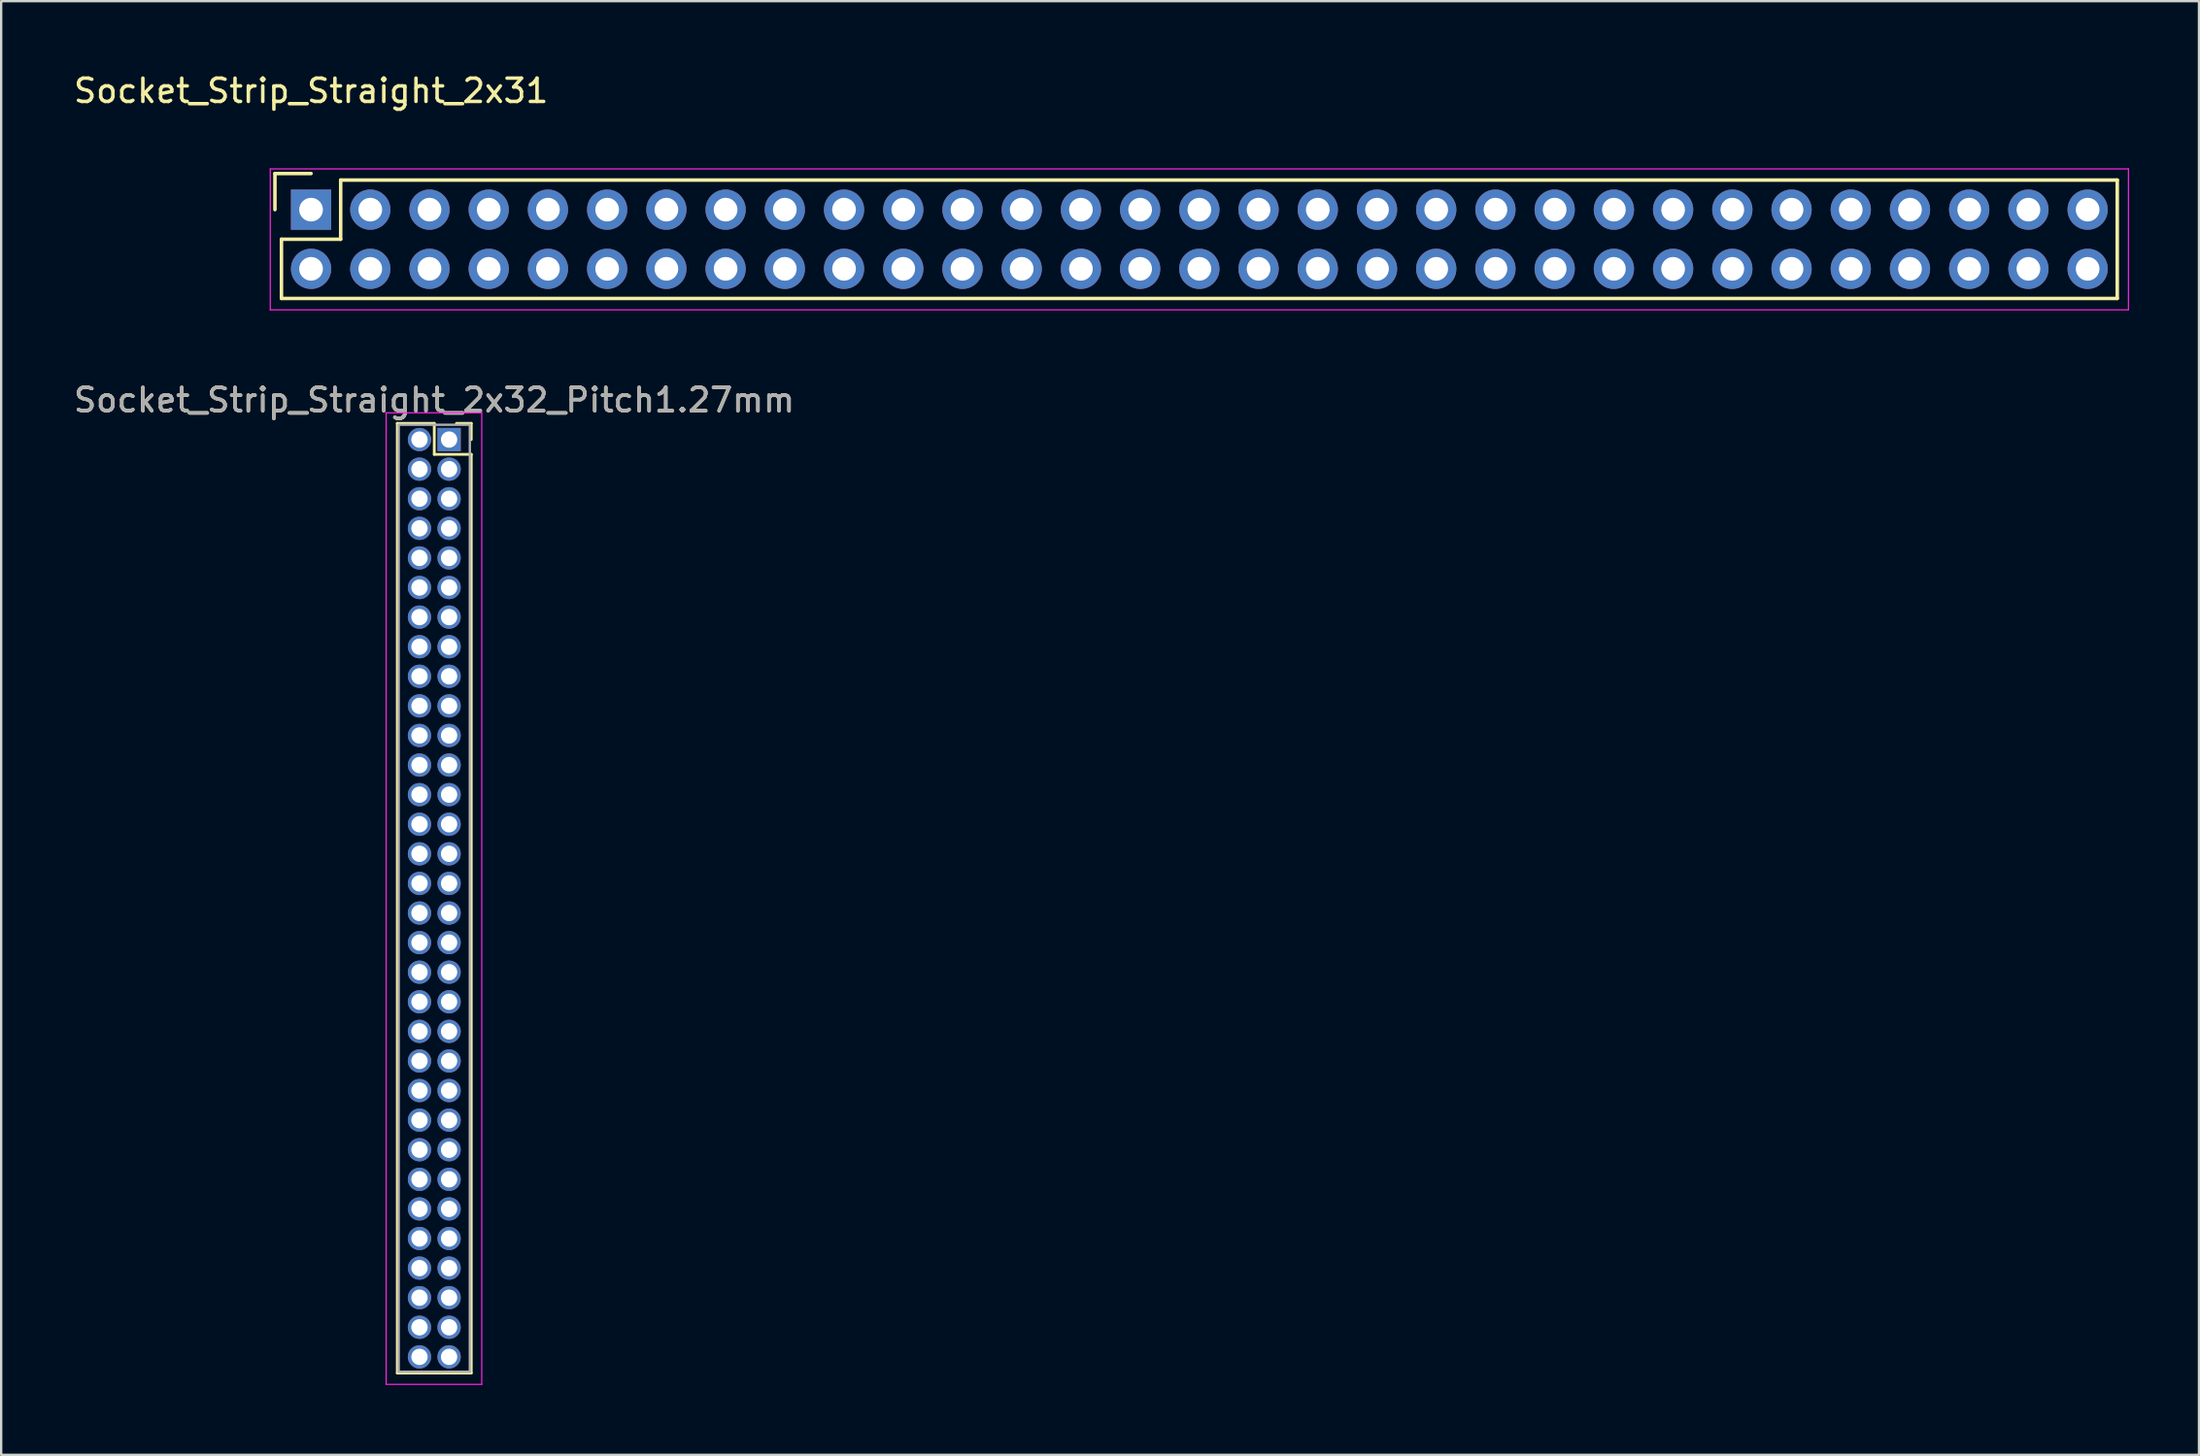
<source format=kicad_pcb>
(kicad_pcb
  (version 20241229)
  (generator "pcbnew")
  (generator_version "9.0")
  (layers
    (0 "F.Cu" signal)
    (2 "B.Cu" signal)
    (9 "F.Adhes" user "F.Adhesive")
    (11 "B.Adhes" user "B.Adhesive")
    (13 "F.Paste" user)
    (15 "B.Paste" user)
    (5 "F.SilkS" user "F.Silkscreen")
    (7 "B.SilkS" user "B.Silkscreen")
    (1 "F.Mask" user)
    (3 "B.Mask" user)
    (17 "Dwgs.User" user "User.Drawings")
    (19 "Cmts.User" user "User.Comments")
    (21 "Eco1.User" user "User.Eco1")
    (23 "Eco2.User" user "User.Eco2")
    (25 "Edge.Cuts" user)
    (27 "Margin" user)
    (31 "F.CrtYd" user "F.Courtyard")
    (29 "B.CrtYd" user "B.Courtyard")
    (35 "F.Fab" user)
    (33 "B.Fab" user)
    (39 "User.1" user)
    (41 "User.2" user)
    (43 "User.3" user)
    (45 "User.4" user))
  (footprint "Socket_Strip_Straight_2x32_Pitch1.27mm"
    (layer "F.Cu")
    (at 16.212 15.816)
    (property "Reference" "Socket_Strip_Straight_2x32_Pitch1.27mm" (at -0.635 -1.695 0) (layer "F.SilkS") (effects (font (size 1 1) (thickness 0.15))))
    (attr through_hole)
    (fp_line (start -2.22 -0.695) (end -0.635 -0.695) (stroke (width 0.12) (type solid)) (layer "F.SilkS"))
    (fp_line (start -2.22 40.065) (end -2.22 -0.695) (stroke (width 0.12) (type solid)) (layer "F.SilkS"))
    (fp_line (start -0.635 -0.695) (end -0.635 0.635) (stroke (width 0.12) (type solid)) (layer "F.SilkS"))
    (fp_line (start -0.635 0.635) (end 0.95 0.635) (stroke (width 0.12) (type solid)) (layer "F.SilkS"))
    (fp_line (start 0.95 -0.695) (end 0.315 -0.695) (stroke (width 0.12) (type solid)) (layer "F.SilkS"))
    (fp_line (start 0.95 0) (end 0.95 -0.695) (stroke (width 0.12) (type solid)) (layer "F.SilkS"))
    (fp_line (start 0.95 0.635) (end 0.95 40.065) (stroke (width 0.12) (type solid)) (layer "F.SilkS"))
    (fp_line (start 0.95 40.065) (end -2.22 40.065) (stroke (width 0.12) (type solid)) (layer "F.SilkS"))
    (fp_line (start -2.7 -1.15) (end -2.7 40.55) (stroke (width 0.05) (type solid)) (layer "F.CrtYd"))
    (fp_line (start -2.7 40.55) (end 1.4 40.55) (stroke (width 0.05) (type solid)) (layer "F.CrtYd"))
    (fp_line (start 1.4 -1.15) (end -2.7 -1.15) (stroke (width 0.05) (type solid)) (layer "F.CrtYd"))
    (fp_line (start 1.4 40.55) (end 1.4 -1.15) (stroke (width 0.05) (type solid)) (layer "F.CrtYd"))
    (fp_line (start -2.16 -0.635) (end -2.16 40.005) (stroke (width 0.1) (type solid)) (layer "F.Fab"))
    (fp_line (start -2.16 40.005) (end 0.89 40.005) (stroke (width 0.1) (type solid)) (layer "F.Fab"))
    (fp_line (start 0.89 -0.635) (end -2.16 -0.635) (stroke (width 0.1) (type solid)) (layer "F.Fab"))
    (fp_line (start 0.89 40.005) (end 0.89 -0.635) (stroke (width 0.1) (type solid)) (layer "F.Fab"))
    (fp_text user "${REFERENCE}" (at -0.635 -1.695 0) (layer "F.Fab") (effects (font (size 1 1) (thickness 0.15))))
    (pad "1" thru_hole rect (at 0 0) (size 1 1) (drill 0.7) (layers "*.Cu" "*.Mask"))
    (pad "2" thru_hole oval (at -1.27 0) (size 1 1) (drill 0.7) (layers "*.Cu" "*.Mask"))
    (pad "3" thru_hole oval (at 0 1.27) (size 1 1) (drill 0.7) (layers "*.Cu" "*.Mask"))
    (pad "4" thru_hole oval (at -1.27 1.27) (size 1 1) (drill 0.7) (layers "*.Cu" "*.Mask"))
    (pad "5" thru_hole oval (at 0 2.54) (size 1 1) (drill 0.7) (layers "*.Cu" "*.Mask"))
    (pad "6" thru_hole oval (at -1.27 2.54) (size 1 1) (drill 0.7) (layers "*.Cu" "*.Mask"))
    (pad "7" thru_hole oval (at 0 3.81) (size 1 1) (drill 0.7) (layers "*.Cu" "*.Mask"))
    (pad "8" thru_hole oval (at -1.27 3.81) (size 1 1) (drill 0.7) (layers "*.Cu" "*.Mask"))
    (pad "9" thru_hole oval (at 0 5.08) (size 1 1) (drill 0.7) (layers "*.Cu" "*.Mask"))
    (pad "10" thru_hole oval (at -1.27 5.08) (size 1 1) (drill 0.7) (layers "*.Cu" "*.Mask"))
    (pad "11" thru_hole oval (at 0 6.35) (size 1 1) (drill 0.7) (layers "*.Cu" "*.Mask"))
    (pad "12" thru_hole oval (at -1.27 6.35) (size 1 1) (drill 0.7) (layers "*.Cu" "*.Mask"))
    (pad "13" thru_hole oval (at 0 7.62) (size 1 1) (drill 0.7) (layers "*.Cu" "*.Mask"))
    (pad "14" thru_hole oval (at -1.27 7.62) (size 1 1) (drill 0.7) (layers "*.Cu" "*.Mask"))
    (pad "15" thru_hole oval (at 0 8.89) (size 1 1) (drill 0.7) (layers "*.Cu" "*.Mask"))
    (pad "16" thru_hole oval (at -1.27 8.89) (size 1 1) (drill 0.7) (layers "*.Cu" "*.Mask"))
    (pad "17" thru_hole oval (at 0 10.16) (size 1 1) (drill 0.7) (layers "*.Cu" "*.Mask"))
    (pad "18" thru_hole oval (at -1.27 10.16) (size 1 1) (drill 0.7) (layers "*.Cu" "*.Mask"))
    (pad "19" thru_hole oval (at 0 11.43) (size 1 1) (drill 0.7) (layers "*.Cu" "*.Mask"))
    (pad "20" thru_hole oval (at -1.27 11.43) (size 1 1) (drill 0.7) (layers "*.Cu" "*.Mask"))
    (pad "21" thru_hole oval (at 0 12.7) (size 1 1) (drill 0.7) (layers "*.Cu" "*.Mask"))
    (pad "22" thru_hole oval (at -1.27 12.7) (size 1 1) (drill 0.7) (layers "*.Cu" "*.Mask"))
    (pad "23" thru_hole oval (at 0 13.97) (size 1 1) (drill 0.7) (layers "*.Cu" "*.Mask"))
    (pad "24" thru_hole oval (at -1.27 13.97) (size 1 1) (drill 0.7) (layers "*.Cu" "*.Mask"))
    (pad "25" thru_hole oval (at 0 15.24) (size 1 1) (drill 0.7) (layers "*.Cu" "*.Mask"))
    (pad "26" thru_hole oval (at -1.27 15.24) (size 1 1) (drill 0.7) (layers "*.Cu" "*.Mask"))
    (pad "27" thru_hole oval (at 0 16.51) (size 1 1) (drill 0.7) (layers "*.Cu" "*.Mask"))
    (pad "28" thru_hole oval (at -1.27 16.51) (size 1 1) (drill 0.7) (layers "*.Cu" "*.Mask"))
    (pad "29" thru_hole oval (at 0 17.78) (size 1 1) (drill 0.7) (layers "*.Cu" "*.Mask"))
    (pad "30" thru_hole oval (at -1.27 17.78) (size 1 1) (drill 0.7) (layers "*.Cu" "*.Mask"))
    (pad "31" thru_hole oval (at 0 19.05) (size 1 1) (drill 0.7) (layers "*.Cu" "*.Mask"))
    (pad "32" thru_hole oval (at -1.27 19.05) (size 1 1) (drill 0.7) (layers "*.Cu" "*.Mask"))
    (pad "33" thru_hole oval (at 0 20.32) (size 1 1) (drill 0.7) (layers "*.Cu" "*.Mask"))
    (pad "34" thru_hole oval (at -1.27 20.32) (size 1 1) (drill 0.7) (layers "*.Cu" "*.Mask"))
    (pad "35" thru_hole oval (at 0 21.59) (size 1 1) (drill 0.7) (layers "*.Cu" "*.Mask"))
    (pad "36" thru_hole oval (at -1.27 21.59) (size 1 1) (drill 0.7) (layers "*.Cu" "*.Mask"))
    (pad "37" thru_hole oval (at 0 22.86) (size 1 1) (drill 0.7) (layers "*.Cu" "*.Mask"))
    (pad "38" thru_hole oval (at -1.27 22.86) (size 1 1) (drill 0.7) (layers "*.Cu" "*.Mask"))
    (pad "39" thru_hole oval (at 0 24.13) (size 1 1) (drill 0.7) (layers "*.Cu" "*.Mask"))
    (pad "40" thru_hole oval (at -1.27 24.13) (size 1 1) (drill 0.7) (layers "*.Cu" "*.Mask"))
    (pad "41" thru_hole oval (at 0 25.4) (size 1 1) (drill 0.7) (layers "*.Cu" "*.Mask"))
    (pad "42" thru_hole oval (at -1.27 25.4) (size 1 1) (drill 0.7) (layers "*.Cu" "*.Mask"))
    (pad "43" thru_hole oval (at 0 26.67) (size 1 1) (drill 0.7) (layers "*.Cu" "*.Mask"))
    (pad "44" thru_hole oval (at -1.27 26.67) (size 1 1) (drill 0.7) (layers "*.Cu" "*.Mask"))
    (pad "45" thru_hole oval (at 0 27.94) (size 1 1) (drill 0.7) (layers "*.Cu" "*.Mask"))
    (pad "46" thru_hole oval (at -1.27 27.94) (size 1 1) (drill 0.7) (layers "*.Cu" "*.Mask"))
    (pad "47" thru_hole oval (at 0 29.21) (size 1 1) (drill 0.7) (layers "*.Cu" "*.Mask"))
    (pad "48" thru_hole oval (at -1.27 29.21) (size 1 1) (drill 0.7) (layers "*.Cu" "*.Mask"))
    (pad "49" thru_hole oval (at 0 30.48) (size 1 1) (drill 0.7) (layers "*.Cu" "*.Mask"))
    (pad "50" thru_hole oval (at -1.27 30.48) (size 1 1) (drill 0.7) (layers "*.Cu" "*.Mask"))
    (pad "51" thru_hole oval (at 0 31.75) (size 1 1) (drill 0.7) (layers "*.Cu" "*.Mask"))
    (pad "52" thru_hole oval (at -1.27 31.75) (size 1 1) (drill 0.7) (layers "*.Cu" "*.Mask"))
    (pad "53" thru_hole oval (at 0 33.02) (size 1 1) (drill 0.7) (layers "*.Cu" "*.Mask"))
    (pad "54" thru_hole oval (at -1.27 33.02) (size 1 1) (drill 0.7) (layers "*.Cu" "*.Mask"))
    (pad "55" thru_hole oval (at 0 34.29) (size 1 1) (drill 0.7) (layers "*.Cu" "*.Mask"))
    (pad "56" thru_hole oval (at -1.27 34.29) (size 1 1) (drill 0.7) (layers "*.Cu" "*.Mask"))
    (pad "57" thru_hole oval (at 0 35.56) (size 1 1) (drill 0.7) (layers "*.Cu" "*.Mask"))
    (pad "58" thru_hole oval (at -1.27 35.56) (size 1 1) (drill 0.7) (layers "*.Cu" "*.Mask"))
    (pad "59" thru_hole oval (at 0 36.83) (size 1 1) (drill 0.7) (layers "*.Cu" "*.Mask"))
    (pad "60" thru_hole oval (at -1.27 36.83) (size 1 1) (drill 0.7) (layers "*.Cu" "*.Mask"))
    (pad "61" thru_hole oval (at 0 38.1) (size 1 1) (drill 0.7) (layers "*.Cu" "*.Mask"))
    (pad "62" thru_hole oval (at -1.27 38.1) (size 1 1) (drill 0.7) (layers "*.Cu" "*.Mask"))
    (pad "63" thru_hole oval (at 0 39.37) (size 1 1) (drill 0.7) (layers "*.Cu" "*.Mask"))
    (pad "64" thru_hole oval (at -1.27 39.37) (size 1 1) (drill 0.7) (layers "*.Cu" "*.Mask")))
  (footprint "Socket_Strip_Straight_2x31"
    (layer "F.Cu")
    (at 10.292 5.948)
    (property "Reference" "Socket_Strip_Straight_2x31" (at 0 -5.1 0) (layer "F.SilkS") (effects (font (size 1 1) (thickness 0.15))))
    (attr through_hole)
    (fp_line (start -1.55 -1.55) (end -1.55 0) (stroke (width 0.15) (type solid)) (layer "F.SilkS"))
    (fp_line (start -1.27 1.27) (end 1.27 1.27) (stroke (width 0.15) (type solid)) (layer "F.SilkS"))
    (fp_line (start -1.27 3.81) (end -1.27 1.27) (stroke (width 0.15) (type solid)) (layer "F.SilkS"))
    (fp_line (start -1.27 3.81) (end 77.47 3.81) (stroke (width 0.15) (type solid)) (layer "F.SilkS"))
    (fp_line (start 0 -1.55) (end -1.55 -1.55) (stroke (width 0.15) (type solid)) (layer "F.SilkS"))
    (fp_line (start 1.27 1.27) (end 1.27 -1.27) (stroke (width 0.15) (type solid)) (layer "F.SilkS"))
    (fp_line (start 77.47 -1.27) (end 1.27 -1.27) (stroke (width 0.15) (type solid)) (layer "F.SilkS"))
    (fp_line (start 77.47 3.81) (end 77.47 -1.27) (stroke (width 0.15) (type solid)) (layer "F.SilkS"))
    (fp_line (start -1.75 -1.75) (end -1.75 4.3) (stroke (width 0.05) (type solid)) (layer "F.CrtYd"))
    (fp_line (start -1.75 -1.75) (end 77.95 -1.75) (stroke (width 0.05) (type solid)) (layer "F.CrtYd"))
    (fp_line (start -1.75 4.3) (end 77.95 4.3) (stroke (width 0.05) (type solid)) (layer "F.CrtYd"))
    (fp_line (start 77.95 -1.75) (end 77.95 4.3) (stroke (width 0.05) (type solid)) (layer "F.CrtYd"))
    (pad "1" thru_hole rect (at 0 0) (size 1.727 1.727) (drill 1.016) (layers "*.Cu" "*.Mask"))
    (pad "2" thru_hole oval (at 0 2.54) (size 1.727 1.727) (drill 1.016) (layers "*.Cu" "*.Mask"))
    (pad "3" thru_hole oval (at 2.54 0) (size 1.727 1.727) (drill 1.016) (layers "*.Cu" "*.Mask"))
    (pad "4" thru_hole oval (at 2.54 2.54) (size 1.727 1.727) (drill 1.016) (layers "*.Cu" "*.Mask"))
    (pad "5" thru_hole oval (at 5.08 0) (size 1.727 1.727) (drill 1.016) (layers "*.Cu" "*.Mask"))
    (pad "6" thru_hole oval (at 5.08 2.54) (size 1.727 1.727) (drill 1.016) (layers "*.Cu" "*.Mask"))
    (pad "7" thru_hole oval (at 7.62 0) (size 1.727 1.727) (drill 1.016) (layers "*.Cu" "*.Mask"))
    (pad "8" thru_hole oval (at 7.62 2.54) (size 1.727 1.727) (drill 1.016) (layers "*.Cu" "*.Mask"))
    (pad "9" thru_hole oval (at 10.16 0) (size 1.727 1.727) (drill 1.016) (layers "*.Cu" "*.Mask"))
    (pad "10" thru_hole oval (at 10.16 2.54) (size 1.727 1.727) (drill 1.016) (layers "*.Cu" "*.Mask"))
    (pad "11" thru_hole oval (at 12.7 0) (size 1.727 1.727) (drill 1.016) (layers "*.Cu" "*.Mask"))
    (pad "12" thru_hole oval (at 12.7 2.54) (size 1.727 1.727) (drill 1.016) (layers "*.Cu" "*.Mask"))
    (pad "13" thru_hole oval (at 15.24 0) (size 1.727 1.727) (drill 1.016) (layers "*.Cu" "*.Mask"))
    (pad "14" thru_hole oval (at 15.24 2.54) (size 1.727 1.727) (drill 1.016) (layers "*.Cu" "*.Mask"))
    (pad "15" thru_hole oval (at 17.78 0) (size 1.727 1.727) (drill 1.016) (layers "*.Cu" "*.Mask"))
    (pad "16" thru_hole oval (at 17.78 2.54) (size 1.727 1.727) (drill 1.016) (layers "*.Cu" "*.Mask"))
    (pad "17" thru_hole oval (at 20.32 0) (size 1.727 1.727) (drill 1.016) (layers "*.Cu" "*.Mask"))
    (pad "18" thru_hole oval (at 20.32 2.54) (size 1.727 1.727) (drill 1.016) (layers "*.Cu" "*.Mask"))
    (pad "19" thru_hole oval (at 22.86 0) (size 1.727 1.727) (drill 1.016) (layers "*.Cu" "*.Mask"))
    (pad "20" thru_hole oval (at 22.86 2.54) (size 1.727 1.727) (drill 1.016) (layers "*.Cu" "*.Mask"))
    (pad "21" thru_hole oval (at 25.4 0) (size 1.727 1.727) (drill 1.016) (layers "*.Cu" "*.Mask"))
    (pad "22" thru_hole oval (at 25.4 2.54) (size 1.727 1.727) (drill 1.016) (layers "*.Cu" "*.Mask"))
    (pad "23" thru_hole oval (at 27.94 0) (size 1.727 1.727) (drill 1.016) (layers "*.Cu" "*.Mask"))
    (pad "24" thru_hole oval (at 27.94 2.54) (size 1.727 1.727) (drill 1.016) (layers "*.Cu" "*.Mask"))
    (pad "25" thru_hole oval (at 30.48 0) (size 1.727 1.727) (drill 1.016) (layers "*.Cu" "*.Mask"))
    (pad "26" thru_hole oval (at 30.48 2.54) (size 1.727 1.727) (drill 1.016) (layers "*.Cu" "*.Mask"))
    (pad "27" thru_hole oval (at 33.02 0) (size 1.727 1.727) (drill 1.016) (layers "*.Cu" "*.Mask"))
    (pad "28" thru_hole oval (at 33.02 2.54) (size 1.727 1.727) (drill 1.016) (layers "*.Cu" "*.Mask"))
    (pad "29" thru_hole oval (at 35.56 0) (size 1.727 1.727) (drill 1.016) (layers "*.Cu" "*.Mask"))
    (pad "30" thru_hole oval (at 35.56 2.54) (size 1.727 1.727) (drill 1.016) (layers "*.Cu" "*.Mask"))
    (pad "31" thru_hole oval (at 38.1 0) (size 1.727 1.727) (drill 1.016) (layers "*.Cu" "*.Mask"))
    (pad "32" thru_hole oval (at 38.1 2.54) (size 1.727 1.727) (drill 1.016) (layers "*.Cu" "*.Mask"))
    (pad "33" thru_hole oval (at 40.64 0) (size 1.727 1.727) (drill 1.016) (layers "*.Cu" "*.Mask"))
    (pad "34" thru_hole oval (at 40.64 2.54) (size 1.727 1.727) (drill 1.016) (layers "*.Cu" "*.Mask"))
    (pad "35" thru_hole oval (at 43.18 0) (size 1.727 1.727) (drill 1.016) (layers "*.Cu" "*.Mask"))
    (pad "36" thru_hole oval (at 43.18 2.54) (size 1.727 1.727) (drill 1.016) (layers "*.Cu" "*.Mask"))
    (pad "37" thru_hole oval (at 45.72 0) (size 1.727 1.727) (drill 1.016) (layers "*.Cu" "*.Mask"))
    (pad "38" thru_hole oval (at 45.72 2.54) (size 1.727 1.727) (drill 1.016) (layers "*.Cu" "*.Mask"))
    (pad "39" thru_hole oval (at 48.26 0) (size 1.727 1.727) (drill 1.016) (layers "*.Cu" "*.Mask"))
    (pad "40" thru_hole oval (at 48.26 2.54) (size 1.727 1.727) (drill 1.016) (layers "*.Cu" "*.Mask"))
    (pad "41" thru_hole oval (at 50.8 0) (size 1.727 1.727) (drill 1.016) (layers "*.Cu" "*.Mask"))
    (pad "42" thru_hole oval (at 50.8 2.54) (size 1.727 1.727) (drill 1.016) (layers "*.Cu" "*.Mask"))
    (pad "43" thru_hole oval (at 53.34 0) (size 1.727 1.727) (drill 1.016) (layers "*.Cu" "*.Mask"))
    (pad "44" thru_hole oval (at 53.34 2.54) (size 1.727 1.727) (drill 1.016) (layers "*.Cu" "*.Mask"))
    (pad "45" thru_hole oval (at 55.88 0) (size 1.727 1.727) (drill 1.016) (layers "*.Cu" "*.Mask"))
    (pad "46" thru_hole oval (at 55.88 2.54) (size 1.727 1.727) (drill 1.016) (layers "*.Cu" "*.Mask"))
    (pad "47" thru_hole oval (at 58.42 0) (size 1.727 1.727) (drill 1.016) (layers "*.Cu" "*.Mask"))
    (pad "48" thru_hole oval (at 58.42 2.54) (size 1.727 1.727) (drill 1.016) (layers "*.Cu" "*.Mask"))
    (pad "49" thru_hole oval (at 60.96 0) (size 1.727 1.727) (drill 1.016) (layers "*.Cu" "*.Mask"))
    (pad "50" thru_hole oval (at 60.96 2.54) (size 1.727 1.727) (drill 1.016) (layers "*.Cu" "*.Mask"))
    (pad "51" thru_hole oval (at 63.5 0) (size 1.727 1.727) (drill 1.016) (layers "*.Cu" "*.Mask"))
    (pad "52" thru_hole oval (at 63.5 2.54) (size 1.727 1.727) (drill 1.016) (layers "*.Cu" "*.Mask"))
    (pad "53" thru_hole oval (at 66.04 0) (size 1.727 1.727) (drill 1.016) (layers "*.Cu" "*.Mask"))
    (pad "54" thru_hole oval (at 66.04 2.54) (size 1.727 1.727) (drill 1.016) (layers "*.Cu" "*.Mask"))
    (pad "55" thru_hole oval (at 68.58 0) (size 1.727 1.727) (drill 1.016) (layers "*.Cu" "*.Mask"))
    (pad "56" thru_hole oval (at 68.58 2.54) (size 1.727 1.727) (drill 1.016) (layers "*.Cu" "*.Mask"))
    (pad "57" thru_hole oval (at 71.12 0) (size 1.727 1.727) (drill 1.016) (layers "*.Cu" "*.Mask"))
    (pad "58" thru_hole oval (at 71.12 2.54) (size 1.727 1.727) (drill 1.016) (layers "*.Cu" "*.Mask"))
    (pad "59" thru_hole oval (at 73.66 0) (size 1.727 1.727) (drill 1.016) (layers "*.Cu" "*.Mask"))
    (pad "60" thru_hole oval (at 73.66 2.54) (size 1.727 1.727) (drill 1.016) (layers "*.Cu" "*.Mask"))
    (pad "61" thru_hole oval (at 76.2 0) (size 1.727 1.727) (drill 1.016) (layers "*.Cu" "*.Mask"))
    (pad "62" thru_hole oval (at 76.2 2.54) (size 1.727 1.727) (drill 1.016) (layers "*.Cu" "*.Mask")))
  (gr_rect
    (start -3 -3)
    (end 91.267 59.392)
    (stroke (width 0.1) (type default))
    (fill no)
    (layer "Edge.Cuts")))
</source>
